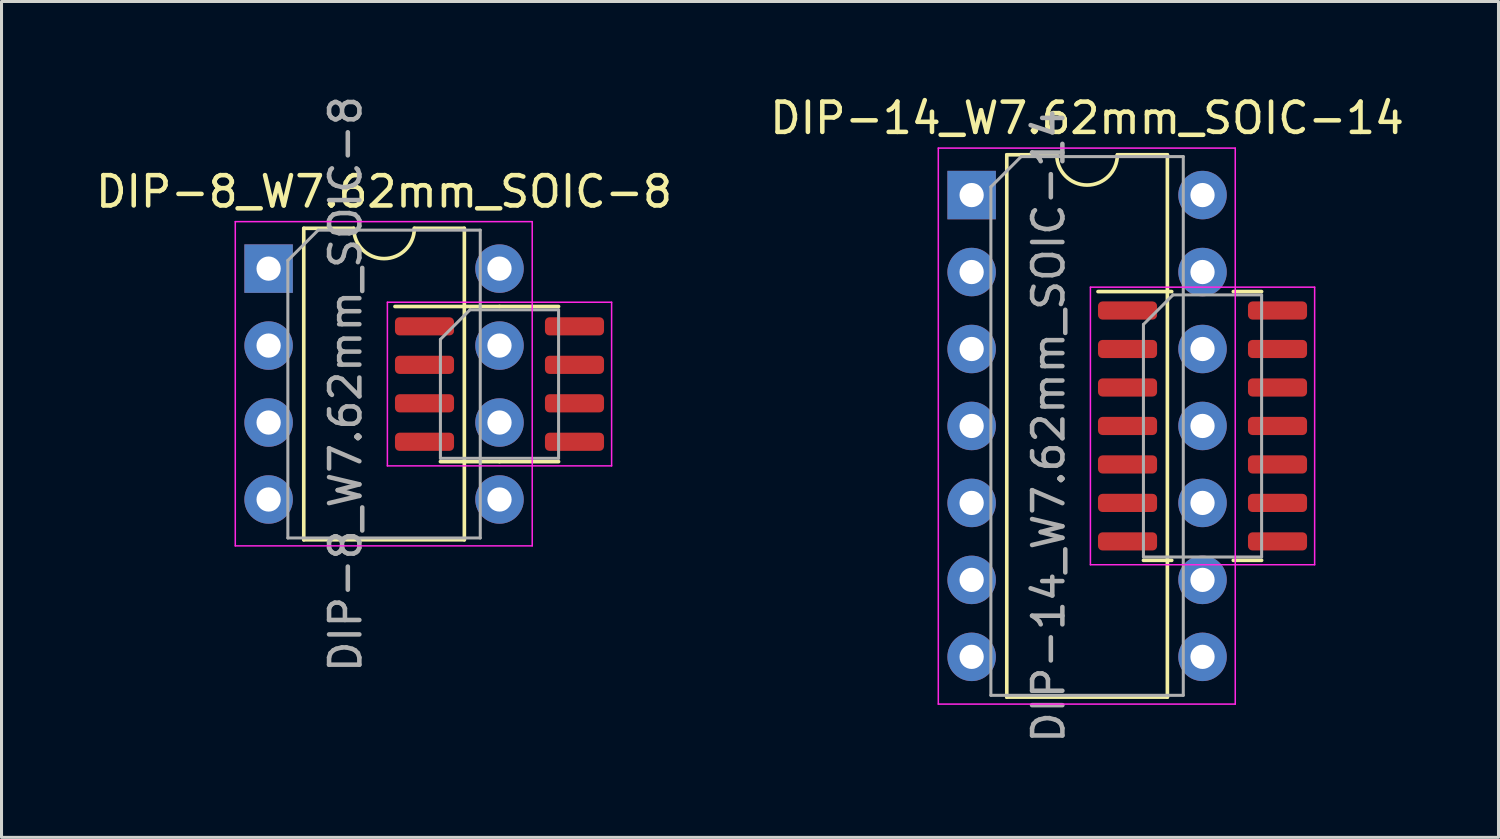
<source format=kicad_pcb>
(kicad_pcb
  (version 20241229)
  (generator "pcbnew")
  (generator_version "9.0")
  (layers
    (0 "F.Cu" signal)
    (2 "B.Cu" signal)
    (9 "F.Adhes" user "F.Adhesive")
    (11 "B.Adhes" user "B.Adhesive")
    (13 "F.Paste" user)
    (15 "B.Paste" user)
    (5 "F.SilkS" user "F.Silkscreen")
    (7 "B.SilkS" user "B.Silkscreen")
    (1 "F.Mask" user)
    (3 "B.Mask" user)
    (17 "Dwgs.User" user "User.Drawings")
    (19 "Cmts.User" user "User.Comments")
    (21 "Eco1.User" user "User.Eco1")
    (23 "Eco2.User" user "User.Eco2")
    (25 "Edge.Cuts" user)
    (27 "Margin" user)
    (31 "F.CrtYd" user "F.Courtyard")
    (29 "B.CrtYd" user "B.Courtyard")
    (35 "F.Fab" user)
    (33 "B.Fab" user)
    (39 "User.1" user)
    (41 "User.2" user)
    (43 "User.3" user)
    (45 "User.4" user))
  (footprint "DIP-14_W7.62mm_SOIC-14"
    (layer "F.Cu")
    (at 29.017 3.388)
    (property "Reference" "DIP-14_W7.62mm_SOIC-14" (at 3.81 -2.54 0) (layer "F.SilkS") (effects (font (size 1 1) (thickness 0.15))))
    (attr through_hole)
    (fp_line (start 1.16 -1.33) (end 1.16 16.57) (stroke (width 0.12) (type solid)) (layer "F.SilkS"))
    (fp_line (start 1.16 16.57) (end 6.46 16.57) (stroke (width 0.12) (type solid)) (layer "F.SilkS"))
    (fp_line (start 2.81 -1.33) (end 1.16 -1.33) (stroke (width 0.12) (type solid)) (layer "F.SilkS"))
    (fp_line (start 6.46 -1.33) (end 4.81 -1.33) (stroke (width 0.12) (type solid)) (layer "F.SilkS"))
    (fp_line (start 6.46 16.57) (end 6.46 -1.33) (stroke (width 0.12) (type solid)) (layer "F.SilkS"))
    (fp_line (start 6.604 3.185) (end 4.17 3.185) (stroke (width 0.12) (type solid)) (layer "F.SilkS"))
    (fp_line (start 6.604 12.055) (end 5.67 12.055) (stroke (width 0.12) (type solid)) (layer "F.SilkS"))
    (fp_line (start 8.636 3.185) (end 9.57 3.185) (stroke (width 0.12) (type solid)) (layer "F.SilkS"))
    (fp_line (start 8.636 12.055) (end 9.57 12.055) (stroke (width 0.12) (type solid)) (layer "F.SilkS"))
    (fp_arc (start 4.81 -1.33) (mid 3.81 -0.33) (end 2.81 -1.33) (stroke (width 0.12) (type solid)) (layer "F.SilkS"))
    (fp_line (start -1.1 -1.55) (end -1.1 16.8) (stroke (width 0.05) (type solid)) (layer "F.CrtYd"))
    (fp_line (start -1.1 16.8) (end 8.7 16.8) (stroke (width 0.05) (type solid)) (layer "F.CrtYd"))
    (fp_line (start 3.92 3.04) (end 3.92 12.2) (stroke (width 0.05) (type solid)) (layer "F.CrtYd"))
    (fp_line (start 3.92 12.2) (end 11.32 12.2) (stroke (width 0.05) (type solid)) (layer "F.CrtYd"))
    (fp_line (start 8.7 -1.55) (end -1.1 -1.55) (stroke (width 0.05) (type solid)) (layer "F.CrtYd"))
    (fp_line (start 8.7 16.8) (end 8.7 -1.55) (stroke (width 0.05) (type solid)) (layer "F.CrtYd"))
    (fp_line (start 11.32 3.04) (end 3.92 3.04) (stroke (width 0.05) (type solid)) (layer "F.CrtYd"))
    (fp_line (start 11.32 12.2) (end 11.32 3.04) (stroke (width 0.05) (type solid)) (layer "F.CrtYd"))
    (fp_line (start 0.635 -0.27) (end 1.635 -1.27) (stroke (width 0.1) (type solid)) (layer "F.Fab"))
    (fp_line (start 0.635 16.51) (end 0.635 -0.27) (stroke (width 0.1) (type solid)) (layer "F.Fab"))
    (fp_line (start 1.635 -1.27) (end 6.985 -1.27) (stroke (width 0.1) (type solid)) (layer "F.Fab"))
    (fp_line (start 5.67 4.27) (end 6.645 3.295) (stroke (width 0.1) (type solid)) (layer "F.Fab"))
    (fp_line (start 5.67 11.945) (end 5.67 4.27) (stroke (width 0.1) (type solid)) (layer "F.Fab"))
    (fp_line (start 6.645 3.295) (end 9.57 3.295) (stroke (width 0.1) (type solid)) (layer "F.Fab"))
    (fp_line (start 6.985 -1.27) (end 6.985 16.51) (stroke (width 0.1) (type solid)) (layer "F.Fab"))
    (fp_line (start 6.985 16.51) (end 0.635 16.51) (stroke (width 0.1) (type solid)) (layer "F.Fab"))
    (fp_line (start 9.57 3.295) (end 9.57 11.945) (stroke (width 0.1) (type solid)) (layer "F.Fab"))
    (fp_line (start 9.57 11.945) (end 5.67 11.945) (stroke (width 0.1) (type solid)) (layer "F.Fab"))
    (fp_text user "${REFERENCE}" (at 2.54 7.62 90) (layer "F.Fab") (effects (font (size 1 1) (thickness 0.15))))
    (pad "1" thru_hole rect (at 0 0) (size 1.6 1.6) (drill 0.8) (layers "*.Cu" "*.Mask"))
    (pad "1" smd roundrect (at 5.145 3.81) (size 1.95 0.6) (layers "F.Cu" "F.Mask" "F.Paste") (roundrect_rratio 0.25))
    (pad "2" thru_hole oval (at 0 2.54) (size 1.6 1.6) (drill 0.8) (layers "*.Cu" "*.Mask"))
    (pad "2" smd roundrect (at 5.145 5.08) (size 1.95 0.6) (layers "F.Cu" "F.Mask" "F.Paste") (roundrect_rratio 0.25))
    (pad "3" thru_hole oval (at 0 5.08) (size 1.6 1.6) (drill 0.8) (layers "*.Cu" "*.Mask"))
    (pad "3" smd roundrect (at 5.145 6.35) (size 1.95 0.6) (layers "F.Cu" "F.Mask" "F.Paste") (roundrect_rratio 0.25))
    (pad "4" thru_hole oval (at 0 7.62) (size 1.6 1.6) (drill 0.8) (layers "*.Cu" "*.Mask"))
    (pad "4" smd roundrect (at 5.145 7.62) (size 1.95 0.6) (layers "F.Cu" "F.Mask" "F.Paste") (roundrect_rratio 0.25))
    (pad "5" thru_hole oval (at 0 10.16) (size 1.6 1.6) (drill 0.8) (layers "*.Cu" "*.Mask"))
    (pad "5" smd roundrect (at 5.145 8.89) (size 1.95 0.6) (layers "F.Cu" "F.Mask" "F.Paste") (roundrect_rratio 0.25))
    (pad "6" thru_hole oval (at 0 12.7) (size 1.6 1.6) (drill 0.8) (layers "*.Cu" "*.Mask"))
    (pad "6" smd roundrect (at 5.145 10.16) (size 1.95 0.6) (layers "F.Cu" "F.Mask" "F.Paste") (roundrect_rratio 0.25))
    (pad "7" thru_hole oval (at 0 15.24) (size 1.6 1.6) (drill 0.8) (layers "*.Cu" "*.Mask"))
    (pad "7" smd roundrect (at 5.145 11.43) (size 1.95 0.6) (layers "F.Cu" "F.Mask" "F.Paste") (roundrect_rratio 0.25))
    (pad "8" thru_hole oval (at 7.62 15.24) (size 1.6 1.6) (drill 0.8) (layers "*.Cu" "*.Mask"))
    (pad "8" smd roundrect (at 10.095 11.43) (size 1.95 0.6) (layers "F.Cu" "F.Mask" "F.Paste") (roundrect_rratio 0.25))
    (pad "9" thru_hole oval (at 7.62 12.7) (size 1.6 1.6) (drill 0.8) (layers "*.Cu" "*.Mask"))
    (pad "9" smd roundrect (at 10.095 10.16) (size 1.95 0.6) (layers "F.Cu" "F.Mask" "F.Paste") (roundrect_rratio 0.25))
    (pad "10" thru_hole oval (at 7.62 10.16) (size 1.6 1.6) (drill 0.8) (layers "*.Cu" "*.Mask"))
    (pad "10" smd roundrect (at 10.095 8.89) (size 1.95 0.6) (layers "F.Cu" "F.Mask" "F.Paste") (roundrect_rratio 0.25))
    (pad "11" thru_hole oval (at 7.62 7.62) (size 1.6 1.6) (drill 0.8) (layers "*.Cu" "*.Mask"))
    (pad "11" smd roundrect (at 10.095 7.62) (size 1.95 0.6) (layers "F.Cu" "F.Mask" "F.Paste") (roundrect_rratio 0.25))
    (pad "12" thru_hole oval (at 7.62 5.08) (size 1.6 1.6) (drill 0.8) (layers "*.Cu" "*.Mask"))
    (pad "12" smd roundrect (at 10.095 6.35) (size 1.95 0.6) (layers "F.Cu" "F.Mask" "F.Paste") (roundrect_rratio 0.25))
    (pad "13" thru_hole oval (at 7.62 2.54) (size 1.6 1.6) (drill 0.8) (layers "*.Cu" "*.Mask"))
    (pad "13" smd roundrect (at 10.095 5.08) (size 1.95 0.6) (layers "F.Cu" "F.Mask" "F.Paste") (roundrect_rratio 0.25))
    (pad "14" thru_hole oval (at 7.62 0) (size 1.6 1.6) (drill 0.8) (layers "*.Cu" "*.Mask"))
    (pad "14" smd roundrect (at 10.095 3.81) (size 1.95 0.6) (layers "F.Cu" "F.Mask" "F.Paste") (roundrect_rratio 0.25)))
  (footprint "DIP-8_W7.62mm_SOIC-8"
    (layer "F.Cu")
    (at 5.815 5.815)
    (property "Reference" "DIP-8_W7.62mm_SOIC-8" (at 3.81 -2.54 0) (layer "F.SilkS") (effects (font (size 1 1) (thickness 0.15))))
    (attr through_hole)
    (fp_line (start 1.16 -1.33) (end 1.16 8.95) (stroke (width 0.12) (type solid)) (layer "F.SilkS"))
    (fp_line (start 1.16 8.95) (end 6.46 8.95) (stroke (width 0.12) (type solid)) (layer "F.SilkS"))
    (fp_line (start 2.81 -1.33) (end 1.16 -1.33) (stroke (width 0.12) (type solid)) (layer "F.SilkS"))
    (fp_line (start 6.46 -1.33) (end 4.81 -1.33) (stroke (width 0.12) (type solid)) (layer "F.SilkS"))
    (fp_line (start 6.46 8.95) (end 6.46 -1.33) (stroke (width 0.12) (type solid)) (layer "F.SilkS"))
    (fp_line (start 7.62 1.25) (end 4.17 1.25) (stroke (width 0.12) (type solid)) (layer "F.SilkS"))
    (fp_line (start 7.62 1.25) (end 9.57 1.25) (stroke (width 0.12) (type solid)) (layer "F.SilkS"))
    (fp_line (start 7.62 6.37) (end 5.67 6.37) (stroke (width 0.12) (type solid)) (layer "F.SilkS"))
    (fp_line (start 7.62 6.37) (end 9.57 6.37) (stroke (width 0.12) (type solid)) (layer "F.SilkS"))
    (fp_arc (start 4.81 -1.33) (mid 3.81 -0.33) (end 2.81 -1.33) (stroke (width 0.12) (type solid)) (layer "F.SilkS"))
    (fp_line (start -1.1 -1.55) (end -1.1 9.15) (stroke (width 0.05) (type solid)) (layer "F.CrtYd"))
    (fp_line (start -1.1 9.15) (end 8.7 9.15) (stroke (width 0.05) (type solid)) (layer "F.CrtYd"))
    (fp_line (start 3.92 1.11) (end 3.92 6.51) (stroke (width 0.05) (type solid)) (layer "F.CrtYd"))
    (fp_line (start 3.92 6.51) (end 11.32 6.51) (stroke (width 0.05) (type solid)) (layer "F.CrtYd"))
    (fp_line (start 8.7 -1.55) (end -1.1 -1.55) (stroke (width 0.05) (type solid)) (layer "F.CrtYd"))
    (fp_line (start 8.7 9.15) (end 8.7 -1.55) (stroke (width 0.05) (type solid)) (layer "F.CrtYd"))
    (fp_line (start 11.32 1.11) (end 3.92 1.11) (stroke (width 0.05) (type solid)) (layer "F.CrtYd"))
    (fp_line (start 11.32 6.51) (end 11.32 1.11) (stroke (width 0.05) (type solid)) (layer "F.CrtYd"))
    (fp_line (start 0.635 -0.27) (end 1.635 -1.27) (stroke (width 0.1) (type solid)) (layer "F.Fab"))
    (fp_line (start 0.635 8.89) (end 0.635 -0.27) (stroke (width 0.1) (type solid)) (layer "F.Fab"))
    (fp_line (start 1.635 -1.27) (end 6.985 -1.27) (stroke (width 0.1) (type solid)) (layer "F.Fab"))
    (fp_line (start 5.67 2.335) (end 6.645 1.36) (stroke (width 0.1) (type solid)) (layer "F.Fab"))
    (fp_line (start 5.67 6.26) (end 5.67 2.335) (stroke (width 0.1) (type solid)) (layer "F.Fab"))
    (fp_line (start 6.645 1.36) (end 9.57 1.36) (stroke (width 0.1) (type solid)) (layer "F.Fab"))
    (fp_line (start 6.985 -1.27) (end 6.985 8.89) (stroke (width 0.1) (type solid)) (layer "F.Fab"))
    (fp_line (start 6.985 8.89) (end 0.635 8.89) (stroke (width 0.1) (type solid)) (layer "F.Fab"))
    (fp_line (start 9.57 1.36) (end 9.57 6.26) (stroke (width 0.1) (type solid)) (layer "F.Fab"))
    (fp_line (start 9.57 6.26) (end 5.67 6.26) (stroke (width 0.1) (type solid)) (layer "F.Fab"))
    (fp_text user "${REFERENCE}" (at 2.54 3.81 90) (layer "F.Fab") (effects (font (size 1 1) (thickness 0.15))))
    (pad "1" thru_hole rect (at 0 0) (size 1.6 1.6) (drill 0.8) (layers "*.Cu" "*.Mask"))
    (pad "1" smd roundrect (at 5.145 1.905) (size 1.95 0.6) (layers "F.Cu" "F.Mask" "F.Paste") (roundrect_rratio 0.25))
    (pad "2" thru_hole oval (at 0 2.54) (size 1.6 1.6) (drill 0.8) (layers "*.Cu" "*.Mask"))
    (pad "2" smd roundrect (at 5.145 3.175) (size 1.95 0.6) (layers "F.Cu" "F.Mask" "F.Paste") (roundrect_rratio 0.25))
    (pad "3" thru_hole oval (at 0 5.08) (size 1.6 1.6) (drill 0.8) (layers "*.Cu" "*.Mask"))
    (pad "3" smd roundrect (at 5.145 4.445) (size 1.95 0.6) (layers "F.Cu" "F.Mask" "F.Paste") (roundrect_rratio 0.25))
    (pad "4" thru_hole oval (at 0 7.62) (size 1.6 1.6) (drill 0.8) (layers "*.Cu" "*.Mask"))
    (pad "4" smd roundrect (at 5.145 5.715) (size 1.95 0.6) (layers "F.Cu" "F.Mask" "F.Paste") (roundrect_rratio 0.25))
    (pad "5" thru_hole oval (at 7.62 7.62) (size 1.6 1.6) (drill 0.8) (layers "*.Cu" "*.Mask"))
    (pad "5" smd roundrect (at 10.095 5.715) (size 1.95 0.6) (layers "F.Cu" "F.Mask" "F.Paste") (roundrect_rratio 0.25))
    (pad "6" thru_hole oval (at 7.62 5.08) (size 1.6 1.6) (drill 0.8) (layers "*.Cu" "*.Mask"))
    (pad "6" smd roundrect (at 10.095 4.445) (size 1.95 0.6) (layers "F.Cu" "F.Mask" "F.Paste") (roundrect_rratio 0.25))
    (pad "7" thru_hole oval (at 7.62 2.54) (size 1.6 1.6) (drill 0.8) (layers "*.Cu" "*.Mask"))
    (pad "7" smd roundrect (at 10.095 3.175) (size 1.95 0.6) (layers "F.Cu" "F.Mask" "F.Paste") (roundrect_rratio 0.25))
    (pad "8" thru_hole oval (at 7.62 0) (size 1.6 1.6) (drill 0.8) (layers "*.Cu" "*.Mask"))
    (pad "8" smd roundrect (at 10.095 1.905) (size 1.95 0.6) (layers "F.Cu" "F.Mask" "F.Paste") (roundrect_rratio 0.25)))
  (gr_rect
    (start -3 -3)
    (end 46.405 24.586)
    (stroke (width 0.1) (type default))
    (fill no)
    (layer "Edge.Cuts")))
</source>
